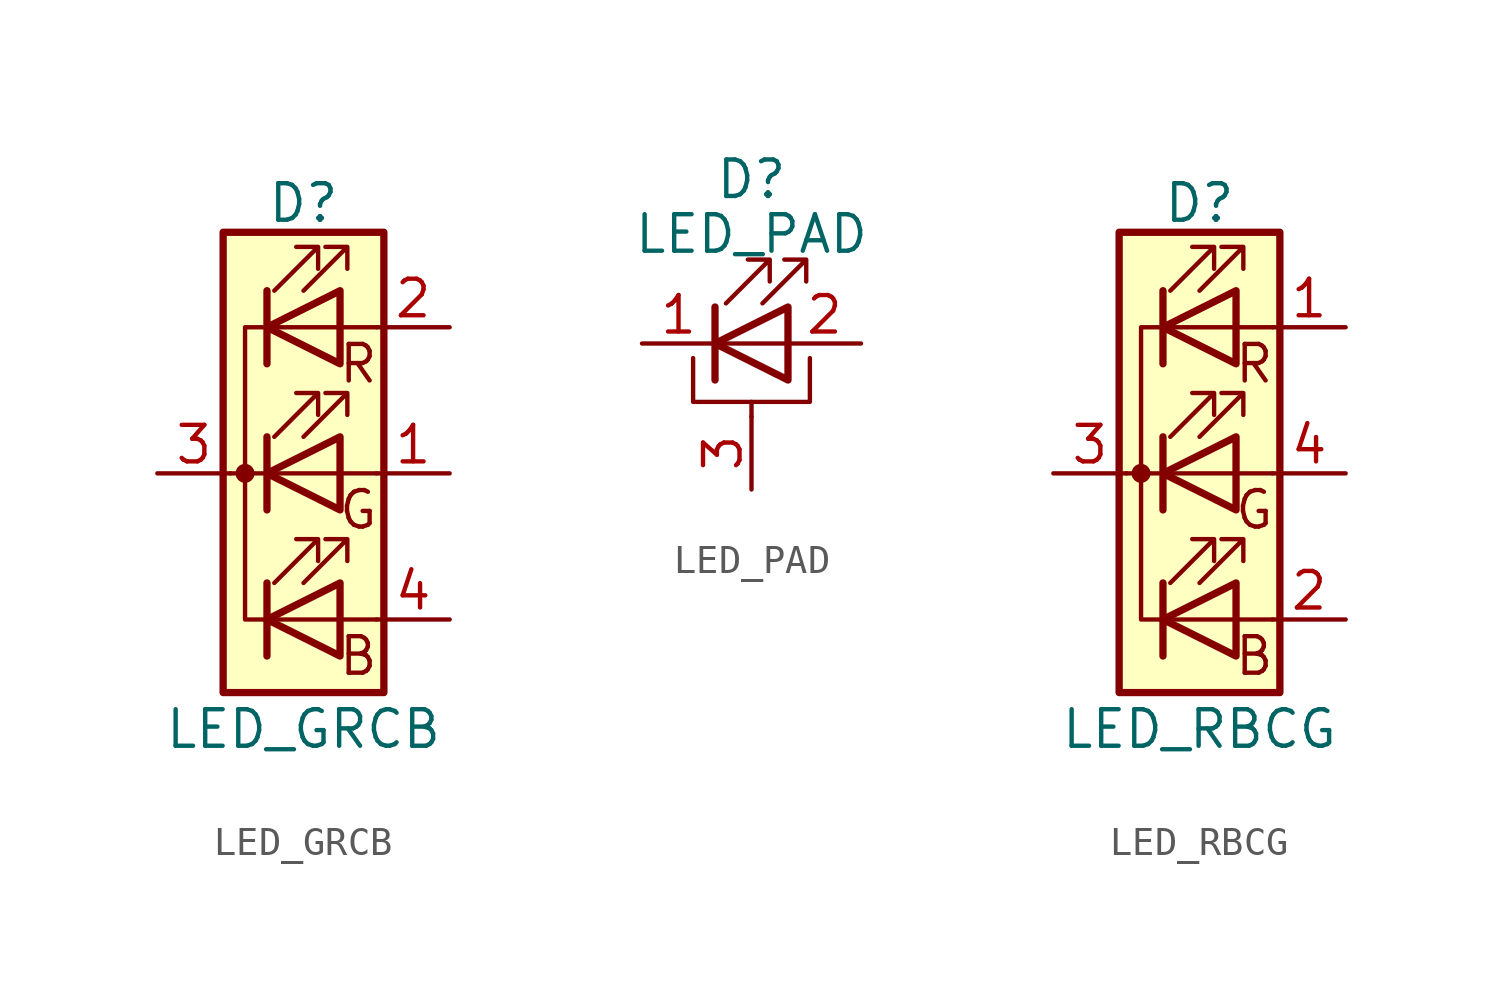
<source format=kicad_sym>
(kicad_symbol_lib
  (version 20211014)
  (generator kicad_symbol_editor)
  (symbol "LED_GRCB"
    (pin_names
      (offset 0) hide)
    (property "Reference" "D"
      (at 0 9.398 0)
      (effects (font (size 1.27 1.27))))
    (property "Value" "LED_GRCB"
      (at 0 -8.89 0)
      (effects (font (size 1.27 1.27))))
    (symbol "LED_GRCB_0_0"
      (text "B" (at 1.905 -6.35 0) (effects (font (size 1.27 1.27))))
      (text "G" (at 1.905 -1.27 0) (effects (font (size 1.27 1.27))))
      (text "R" (at 1.905 3.81 0) (effects (font (size 1.27 1.27)))))
    (symbol "LED_GRCB_0_1"
      (circle (center -2.032 0) (radius 0.254) (stroke (width 0) (type default) (color 0 0 0 0)) (fill (type outline)))
      (polyline (pts (xy -1.27 -5.08) (xy 1.27 -5.08)) (stroke (width 0) (type default) (color 0 0 0 0)) (fill (type none)))
      (polyline (pts (xy -1.27 -3.81) (xy -1.27 -6.35)) (stroke (width 0.254) (type default) (color 0 0 0 0)) (fill (type none)))
      (polyline (pts (xy -1.27 0) (xy -2.54 0)) (stroke (width 0) (type default) (color 0 0 0 0)) (fill (type none)))
      (polyline (pts (xy -1.27 1.27) (xy -1.27 -1.27)) (stroke (width 0.254) (type default) (color 0 0 0 0)) (fill (type none)))
      (polyline (pts (xy -1.27 5.08) (xy 1.27 5.08)) (stroke (width 0) (type default) (color 0 0 0 0)) (fill (type none)))
      (polyline (pts (xy -1.27 6.35) (xy -1.27 3.81)) (stroke (width 0.254) (type default) (color 0 0 0 0)) (fill (type none)))
      (polyline (pts (xy 1.27 -5.08) (xy 2.54 -5.08)) (stroke (width 0) (type default) (color 0 0 0 0)) (fill (type none)))
      (polyline (pts (xy 1.27 0) (xy -1.27 0)) (stroke (width 0) (type default) (color 0 0 0 0)) (fill (type none)))
      (polyline (pts (xy 1.27 0) (xy 2.54 0)) (stroke (width 0) (type default) (color 0 0 0 0)) (fill (type none)))
      (polyline (pts (xy 1.27 5.08) (xy 2.54 5.08)) (stroke (width 0) (type default) (color 0 0 0 0)) (fill (type none)))
      (polyline (pts (xy -1.27 1.27) (xy -1.27 -1.27) (xy -1.27 -1.27)) (stroke (width 0) (type default) (color 0 0 0 0)) (fill (type none)))
      (polyline (pts (xy -1.27 6.35) (xy -1.27 3.81) (xy -1.27 3.81)) (stroke (width 0) (type default) (color 0 0 0 0)) (fill (type none)))
      (polyline (pts (xy -1.27 5.08) (xy -2.032 5.08) (xy -2.032 -5.08) (xy -1.016 -5.08)) (stroke (width 0) (type default) (color 0 0 0 0)) (fill (type none)))
      (polyline (pts (xy 1.27 -3.81) (xy 1.27 -6.35) (xy -1.27 -5.08) (xy 1.27 -3.81)) (stroke (width 0.254) (type default) (color 0 0 0 0)) (fill (type none)))
      (polyline (pts (xy 1.27 1.27) (xy 1.27 -1.27) (xy -1.27 0) (xy 1.27 1.27)) (stroke (width 0.254) (type default) (color 0 0 0 0)) (fill (type none)))
      (polyline (pts (xy 1.27 6.35) (xy 1.27 3.81) (xy -1.27 5.08) (xy 1.27 6.35)) (stroke (width 0.254) (type default) (color 0 0 0 0)) (fill (type none)))
      (polyline (pts (xy -1.016 -3.81) (xy 0.508 -2.286) (xy -0.254 -2.286) (xy 0.508 -2.286) (xy 0.508 -3.048)) (stroke (width 0) (type default) (color 0 0 0 0)) (fill (type none)))
      (polyline (pts (xy -1.016 1.27) (xy 0.508 2.794) (xy -0.254 2.794) (xy 0.508 2.794) (xy 0.508 2.032)) (stroke (width 0) (type default) (color 0 0 0 0)) (fill (type none)))
      (polyline (pts (xy -1.016 6.35) (xy 0.508 7.874) (xy -0.254 7.874) (xy 0.508 7.874) (xy 0.508 7.112)) (stroke (width 0) (type default) (color 0 0 0 0)) (fill (type none)))
      (polyline (pts (xy 0 -3.81) (xy 1.524 -2.286) (xy 0.762 -2.286) (xy 1.524 -2.286) (xy 1.524 -3.048)) (stroke (width 0) (type default) (color 0 0 0 0)) (fill (type none)))
      (polyline (pts (xy 0 1.27) (xy 1.524 2.794) (xy 0.762 2.794) (xy 1.524 2.794) (xy 1.524 2.032)) (stroke (width 0) (type default) (color 0 0 0 0)) (fill (type none)))
      (polyline (pts (xy 0 6.35) (xy 1.524 7.874) (xy 0.762 7.874) (xy 1.524 7.874) (xy 1.524 7.112)) (stroke (width 0) (type default) (color 0 0 0 0)) (fill (type none)))
      (rectangle (start 1.27 -1.27) (end 1.27 1.27) (stroke (width 0) (type default) (color 0 0 0 0)) (fill (type none)))
      (rectangle (start 1.27 1.27) (end 1.27 1.27) (stroke (width 0) (type default) (color 0 0 0 0)) (fill (type none)))
      (rectangle (start 1.27 3.81) (end 1.27 6.35) (stroke (width 0) (type default) (color 0 0 0 0)) (fill (type none)))
      (rectangle (start 1.27 6.35) (end 1.27 6.35) (stroke (width 0) (type default) (color 0 0 0 0)) (fill (type none)))
      (rectangle (start 2.794 8.382) (end -2.794 -7.62) (stroke (width 0.254) (type default) (color 0 0 0 0)) (fill (type background))))
    (symbol "LED_GRCB_1_1"
      (pin passive line (at 5.08 0 180) (length 2.54) (name "GA" (effects (font (size 1.27 1.27)))) (number "1" (effects (font (size 1.27 1.27)))))
      (pin passive line (at 5.08 5.08 180) (length 2.54) (name "RA" (effects (font (size 1.27 1.27)))) (number "2" (effects (font (size 1.27 1.27)))))
      (pin passive line (at -5.08 0 0) (length 2.54) (name "K" (effects (font (size 1.27 1.27)))) (number "3" (effects (font (size 1.27 1.27)))))
      (pin passive line (at 5.08 -5.08 180) (length 2.54) (name "BA" (effects (font (size 1.27 1.27)))) (number "4" (effects (font (size 1.27 1.27)))))))
  (symbol "LED_PAD"
    (pin_names
      (offset 1.016) hide)
    (property "Reference" "D"
      (at 0 5.715 0)
      (effects (font (size 1.27 1.27))))
    (property "Value" "LED_PAD"
      (at 0 3.81 0)
      (effects (font (size 1.27 1.27))))
    (symbol "LED_PAD_0_1"
      (polyline (pts (xy -1.27 -1.27) (xy -1.27 1.27)) (stroke (width 0.254) (type default) (color 0 0 0 0)) (fill (type none)))
      (polyline (pts (xy -1.27 0) (xy 1.27 0)) (stroke (width 0) (type default) (color 0 0 0 0)) (fill (type none)))
      (polyline (pts (xy 0 -2.54) (xy 0 -2.032)) (stroke (width 0) (type default) (color 0 0 0 0)) (fill (type none)))
      (polyline (pts (xy -2.032 -0.508) (xy -2.032 -2.032) (xy 2.032 -2.032) (xy 2.032 -0.508)) (stroke (width 0) (type default) (color 0 0 0 0)) (fill (type none)))
      (polyline (pts (xy 1.27 -1.27) (xy 1.27 1.27) (xy -1.27 0) (xy 1.27 -1.27)) (stroke (width 0.254) (type default) (color 0 0 0 0)) (fill (type none)))
      (polyline (pts (xy -0.889 1.397) (xy 0.635 2.921) (xy -0.127 2.921) (xy 0.635 2.921) (xy 0.635 2.159)) (stroke (width 0) (type default) (color 0 0 0 0)) (fill (type none)))
      (polyline (pts (xy 0.381 1.397) (xy 1.905 2.921) (xy 1.143 2.921) (xy 1.905 2.921) (xy 1.905 2.159)) (stroke (width 0) (type default) (color 0 0 0 0)) (fill (type none))))
    (symbol "LED_PAD_1_1"
      (pin passive line (at -3.81 0 0) (length 2.54) (name "K" (effects (font (size 1.27 1.27)))) (number "1" (effects (font (size 1.27 1.27)))))
      (pin passive line (at 3.81 0 180) (length 2.54) (name "A" (effects (font (size 1.27 1.27)))) (number "2" (effects (font (size 1.27 1.27)))))
      (pin passive line (at 0 -5.08 90) (length 2.54) (name "PAD" (effects (font (size 1.27 1.27)))) (number "3" (effects (font (size 1.27 1.27)))))))
  (symbol "LED_RBCG"
    (pin_names
      (offset 0) hide)
    (property "Reference" "D"
      (at 0 9.398 0)
      (effects (font (size 1.27 1.27))))
    (property "Value" "LED_RBCG"
      (at 0 -8.89 0)
      (effects (font (size 1.27 1.27))))
    (symbol "LED_RBCG_0_0"
      (text "B" (at 1.905 -6.35 0) (effects (font (size 1.27 1.27))))
      (text "G" (at 1.905 -1.27 0) (effects (font (size 1.27 1.27))))
      (text "R" (at 1.905 3.81 0) (effects (font (size 1.27 1.27)))))
    (symbol "LED_RBCG_0_1"
      (circle (center -2.032 0) (radius 0.254) (stroke (width 0) (type default) (color 0 0 0 0)) (fill (type outline)))
      (polyline (pts (xy -1.27 -5.08) (xy 1.27 -5.08)) (stroke (width 0) (type default) (color 0 0 0 0)) (fill (type none)))
      (polyline (pts (xy -1.27 -3.81) (xy -1.27 -6.35)) (stroke (width 0.254) (type default) (color 0 0 0 0)) (fill (type none)))
      (polyline (pts (xy -1.27 0) (xy -2.54 0)) (stroke (width 0) (type default) (color 0 0 0 0)) (fill (type none)))
      (polyline (pts (xy -1.27 1.27) (xy -1.27 -1.27)) (stroke (width 0.254) (type default) (color 0 0 0 0)) (fill (type none)))
      (polyline (pts (xy -1.27 5.08) (xy 1.27 5.08)) (stroke (width 0) (type default) (color 0 0 0 0)) (fill (type none)))
      (polyline (pts (xy -1.27 6.35) (xy -1.27 3.81)) (stroke (width 0.254) (type default) (color 0 0 0 0)) (fill (type none)))
      (polyline (pts (xy 1.27 -5.08) (xy 2.54 -5.08)) (stroke (width 0) (type default) (color 0 0 0 0)) (fill (type none)))
      (polyline (pts (xy 1.27 0) (xy -1.27 0)) (stroke (width 0) (type default) (color 0 0 0 0)) (fill (type none)))
      (polyline (pts (xy 1.27 0) (xy 2.54 0)) (stroke (width 0) (type default) (color 0 0 0 0)) (fill (type none)))
      (polyline (pts (xy 1.27 5.08) (xy 2.54 5.08)) (stroke (width 0) (type default) (color 0 0 0 0)) (fill (type none)))
      (polyline (pts (xy -1.27 1.27) (xy -1.27 -1.27) (xy -1.27 -1.27)) (stroke (width 0) (type default) (color 0 0 0 0)) (fill (type none)))
      (polyline (pts (xy -1.27 6.35) (xy -1.27 3.81) (xy -1.27 3.81)) (stroke (width 0) (type default) (color 0 0 0 0)) (fill (type none)))
      (polyline (pts (xy -1.27 5.08) (xy -2.032 5.08) (xy -2.032 -5.08) (xy -1.016 -5.08)) (stroke (width 0) (type default) (color 0 0 0 0)) (fill (type none)))
      (polyline (pts (xy 1.27 -3.81) (xy 1.27 -6.35) (xy -1.27 -5.08) (xy 1.27 -3.81)) (stroke (width 0.254) (type default) (color 0 0 0 0)) (fill (type none)))
      (polyline (pts (xy 1.27 1.27) (xy 1.27 -1.27) (xy -1.27 0) (xy 1.27 1.27)) (stroke (width 0.254) (type default) (color 0 0 0 0)) (fill (type none)))
      (polyline (pts (xy 1.27 6.35) (xy 1.27 3.81) (xy -1.27 5.08) (xy 1.27 6.35)) (stroke (width 0.254) (type default) (color 0 0 0 0)) (fill (type none)))
      (polyline (pts (xy -1.016 -3.81) (xy 0.508 -2.286) (xy -0.254 -2.286) (xy 0.508 -2.286) (xy 0.508 -3.048)) (stroke (width 0) (type default) (color 0 0 0 0)) (fill (type none)))
      (polyline (pts (xy -1.016 1.27) (xy 0.508 2.794) (xy -0.254 2.794) (xy 0.508 2.794) (xy 0.508 2.032)) (stroke (width 0) (type default) (color 0 0 0 0)) (fill (type none)))
      (polyline (pts (xy -1.016 6.35) (xy 0.508 7.874) (xy -0.254 7.874) (xy 0.508 7.874) (xy 0.508 7.112)) (stroke (width 0) (type default) (color 0 0 0 0)) (fill (type none)))
      (polyline (pts (xy 0 -3.81) (xy 1.524 -2.286) (xy 0.762 -2.286) (xy 1.524 -2.286) (xy 1.524 -3.048)) (stroke (width 0) (type default) (color 0 0 0 0)) (fill (type none)))
      (polyline (pts (xy 0 1.27) (xy 1.524 2.794) (xy 0.762 2.794) (xy 1.524 2.794) (xy 1.524 2.032)) (stroke (width 0) (type default) (color 0 0 0 0)) (fill (type none)))
      (polyline (pts (xy 0 6.35) (xy 1.524 7.874) (xy 0.762 7.874) (xy 1.524 7.874) (xy 1.524 7.112)) (stroke (width 0) (type default) (color 0 0 0 0)) (fill (type none)))
      (rectangle (start 1.27 -1.27) (end 1.27 1.27) (stroke (width 0) (type default) (color 0 0 0 0)) (fill (type none)))
      (rectangle (start 1.27 1.27) (end 1.27 1.27) (stroke (width 0) (type default) (color 0 0 0 0)) (fill (type none)))
      (rectangle (start 1.27 3.81) (end 1.27 6.35) (stroke (width 0) (type default) (color 0 0 0 0)) (fill (type none)))
      (rectangle (start 1.27 6.35) (end 1.27 6.35) (stroke (width 0) (type default) (color 0 0 0 0)) (fill (type none)))
      (rectangle (start 2.794 8.382) (end -2.794 -7.62) (stroke (width 0.254) (type default) (color 0 0 0 0)) (fill (type background))))
    (symbol "LED_RBCG_1_1"
      (pin passive line (at 5.08 5.08 180) (length 2.54) (name "RA" (effects (font (size 1.27 1.27)))) (number "1" (effects (font (size 1.27 1.27)))))
      (pin passive line (at 5.08 -5.08 180) (length 2.54) (name "BA" (effects (font (size 1.27 1.27)))) (number "2" (effects (font (size 1.27 1.27)))))
      (pin passive line (at -5.08 0 0) (length 2.54) (name "K" (effects (font (size 1.27 1.27)))) (number "3" (effects (font (size 1.27 1.27)))))
      (pin passive line (at 5.08 0 180) (length 2.54) (name "GA" (effects (font (size 1.27 1.27)))) (number "4" (effects (font (size 1.27 1.27))))))))
</source>
